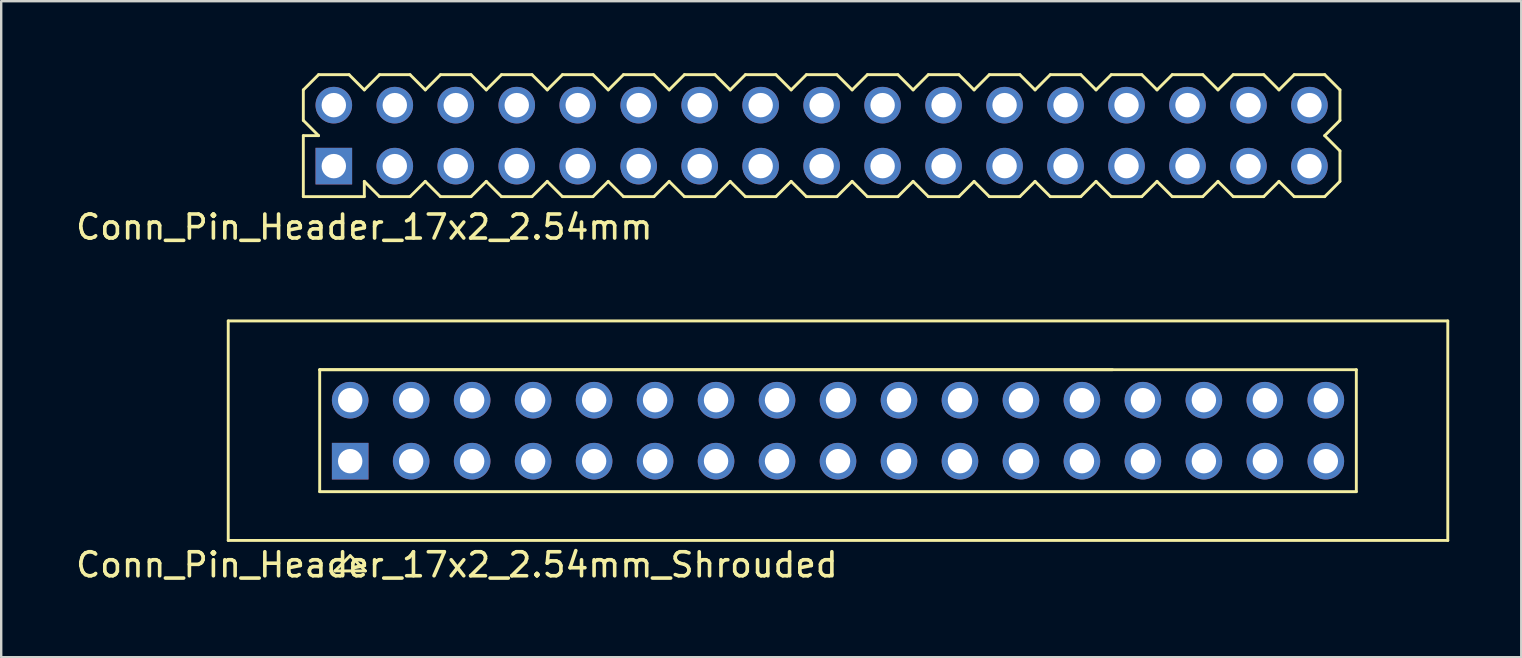
<source format=kicad_pcb>
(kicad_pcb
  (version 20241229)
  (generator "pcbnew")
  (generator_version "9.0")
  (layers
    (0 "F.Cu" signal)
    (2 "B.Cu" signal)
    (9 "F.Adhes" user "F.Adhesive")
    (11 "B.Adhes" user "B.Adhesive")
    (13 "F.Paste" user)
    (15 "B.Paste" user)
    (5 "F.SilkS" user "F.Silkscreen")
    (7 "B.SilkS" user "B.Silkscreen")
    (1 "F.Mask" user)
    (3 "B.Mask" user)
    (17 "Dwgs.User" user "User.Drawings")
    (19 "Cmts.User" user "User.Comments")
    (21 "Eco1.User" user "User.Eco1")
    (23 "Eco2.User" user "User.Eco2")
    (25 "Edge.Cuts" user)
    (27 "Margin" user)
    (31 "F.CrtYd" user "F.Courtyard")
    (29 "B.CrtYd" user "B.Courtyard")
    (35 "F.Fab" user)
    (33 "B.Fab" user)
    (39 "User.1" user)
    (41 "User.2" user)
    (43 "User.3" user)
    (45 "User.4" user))
  (footprint "Conn_Pin_Header_17x2_2.54mm_Shrouded"
    (layer "F.Cu")
    (at 31.857 14.89)
    (property "Reference" "Conn_Pin_Header_17x2_2.54mm_Shrouded" (at -15.875 5.588 0) (layer "F.SilkS") (effects (font (size 1 1) (thickness 0.15))))
    (attr through_hole)
    (fp_line (start -25.4 -4.572) (end 25.4 -4.572) (stroke (width 0.12) (type solid)) (layer "F.SilkS"))
    (fp_line (start -25.4 4.572) (end -25.4 -4.572) (stroke (width 0.12) (type solid)) (layer "F.SilkS"))
    (fp_line (start -25.4 4.572) (end 25.4 4.572) (stroke (width 0.12) (type solid)) (layer "F.SilkS"))
    (fp_line (start -21.59 -2.54) (end 11.43 -2.54) (stroke (width 0.12) (type solid)) (layer "F.SilkS"))
    (fp_line (start -21.59 2.54) (end -21.59 -2.54) (stroke (width 0.12) (type solid)) (layer "F.SilkS"))
    (fp_line (start -20.955 5.842) (end -20.32 5.207) (stroke (width 0.12) (type solid)) (layer "F.SilkS"))
    (fp_line (start -20.32 5.207) (end -19.685 5.842) (stroke (width 0.12) (type solid)) (layer "F.SilkS"))
    (fp_line (start -19.685 5.842) (end -20.955 5.842) (stroke (width 0.12) (type solid)) (layer "F.SilkS"))
    (fp_line (start 21.59 -2.54) (end -21.59 -2.54) (stroke (width 0.12) (type solid)) (layer "F.SilkS"))
    (fp_line (start 21.59 -2.54) (end 21.59 2.54) (stroke (width 0.12) (type solid)) (layer "F.SilkS"))
    (fp_line (start 21.59 2.54) (end -21.59 2.54) (stroke (width 0.12) (type solid)) (layer "F.SilkS"))
    (fp_line (start 25.4 -4.572) (end 25.4 4.572) (stroke (width 0.12) (type solid)) (layer "F.SilkS"))
    (pad "1" thru_hole rect (at -20.32 1.27) (size 1.524 1.524) (drill 1.016) (layers "*.Cu" "*.Mask"))
    (pad "2" thru_hole circle (at -20.32 -1.27) (size 1.524 1.524) (drill 1.016) (layers "*.Cu" "*.Mask"))
    (pad "3" thru_hole circle (at -17.78 1.27) (size 1.524 1.524) (drill 1.016) (layers "*.Cu" "*.Mask"))
    (pad "4" thru_hole circle (at -17.78 -1.27) (size 1.524 1.524) (drill 1.016) (layers "*.Cu" "*.Mask"))
    (pad "5" thru_hole circle (at -15.24 1.27) (size 1.524 1.524) (drill 1.016) (layers "*.Cu" "*.Mask"))
    (pad "6" thru_hole circle (at -15.24 -1.27) (size 1.524 1.524) (drill 1.016) (layers "*.Cu" "*.Mask"))
    (pad "7" thru_hole circle (at -12.7 1.27) (size 1.524 1.524) (drill 1.016) (layers "*.Cu" "*.Mask"))
    (pad "8" thru_hole circle (at -12.7 -1.27) (size 1.524 1.524) (drill 1.016) (layers "*.Cu" "*.Mask"))
    (pad "9" thru_hole circle (at -10.16 1.27) (size 1.524 1.524) (drill 1.016) (layers "*.Cu" "*.Mask"))
    (pad "10" thru_hole circle (at -10.16 -1.27) (size 1.524 1.524) (drill 1.016) (layers "*.Cu" "*.Mask"))
    (pad "11" thru_hole circle (at -7.62 1.27) (size 1.524 1.524) (drill 1.016) (layers "*.Cu" "*.Mask"))
    (pad "12" thru_hole circle (at -7.62 -1.27) (size 1.524 1.524) (drill 1.016) (layers "*.Cu" "*.Mask"))
    (pad "13" thru_hole circle (at -5.08 1.27) (size 1.524 1.524) (drill 1.016) (layers "*.Cu" "*.Mask"))
    (pad "14" thru_hole circle (at -5.08 -1.27) (size 1.524 1.524) (drill 1.016) (layers "*.Cu" "*.Mask"))
    (pad "15" thru_hole circle (at -2.54 1.27) (size 1.524 1.524) (drill 1.016) (layers "*.Cu" "*.Mask"))
    (pad "16" thru_hole circle (at -2.54 -1.27) (size 1.524 1.524) (drill 1.016) (layers "*.Cu" "*.Mask"))
    (pad "17" thru_hole circle (at 0 1.27) (size 1.524 1.524) (drill 1.016) (layers "*.Cu" "*.Mask"))
    (pad "18" thru_hole circle (at 0 -1.27) (size 1.524 1.524) (drill 1.016) (layers "*.Cu" "*.Mask"))
    (pad "19" thru_hole circle (at 2.54 1.27) (size 1.524 1.524) (drill 1.016) (layers "*.Cu" "*.Mask"))
    (pad "20" thru_hole circle (at 2.54 -1.27) (size 1.524 1.524) (drill 1.016) (layers "*.Cu" "*.Mask"))
    (pad "21" thru_hole circle (at 5.08 1.27) (size 1.524 1.524) (drill 1.016) (layers "*.Cu" "*.Mask"))
    (pad "22" thru_hole circle (at 5.08 -1.27) (size 1.524 1.524) (drill 1.016) (layers "*.Cu" "*.Mask"))
    (pad "23" thru_hole circle (at 7.62 1.27) (size 1.524 1.524) (drill 1.016) (layers "*.Cu" "*.Mask"))
    (pad "24" thru_hole circle (at 7.62 -1.27) (size 1.524 1.524) (drill 1.016) (layers "*.Cu" "*.Mask"))
    (pad "25" thru_hole circle (at 10.16 1.27) (size 1.524 1.524) (drill 1.016) (layers "*.Cu" "*.Mask"))
    (pad "26" thru_hole circle (at 10.16 -1.27) (size 1.524 1.524) (drill 1.016) (layers "*.Cu" "*.Mask"))
    (pad "27" thru_hole circle (at 12.7 1.27) (size 1.524 1.524) (drill 1.016) (layers "*.Cu" "*.Mask"))
    (pad "28" thru_hole circle (at 12.7 -1.27) (size 1.524 1.524) (drill 1.016) (layers "*.Cu" "*.Mask"))
    (pad "29" thru_hole circle (at 15.24 1.27 90) (size 1.524 1.524) (drill 1.016) (layers "*.Cu" "*.Mask"))
    (pad "30" thru_hole circle (at 15.24 -1.27) (size 1.524 1.524) (drill 1.016) (layers "*.Cu" "*.Mask"))
    (pad "31" thru_hole circle (at 17.78 1.27) (size 1.524 1.524) (drill 1.016) (layers "*.Cu" "*.Mask"))
    (pad "32" thru_hole circle (at 17.78 -1.27) (size 1.524 1.524) (drill 1.016) (layers "*.Cu" "*.Mask"))
    (pad "33" thru_hole circle (at 20.32 1.27) (size 1.524 1.524) (drill 1.016) (layers "*.Cu" "*.Mask"))
    (pad "34" thru_hole circle (at 20.32 -1.27) (size 1.524 1.524) (drill 1.016) (layers "*.Cu" "*.Mask")))
  (footprint "Conn_Pin_Header_17x2_2.54mm"
    (layer "F.Cu")
    (at 31.175 2.6)
    (property "Reference" "Conn_Pin_Header_17x2_2.54mm" (at -19.05 3.81 0) (layer "F.SilkS") (effects (font (size 1 1) (thickness 0.15))))
    (attr through_hole)
    (fp_line (start -21.59 -1.905) (end -21.59 -0.635) (stroke (width 0.12) (type solid)) (layer "F.SilkS"))
    (fp_line (start -21.59 -1.905) (end -20.955 -2.54) (stroke (width 0.12) (type solid)) (layer "F.SilkS"))
    (fp_line (start -21.59 -0.635) (end -20.955 0) (stroke (width 0.12) (type solid)) (layer "F.SilkS"))
    (fp_line (start -21.59 0) (end -21.59 2.54) (stroke (width 0.12) (type solid)) (layer "F.SilkS"))
    (fp_line (start -21.59 2.54) (end -19.05 2.54) (stroke (width 0.12) (type solid)) (layer "F.SilkS"))
    (fp_line (start -20.955 -2.54) (end -19.685 -2.54) (stroke (width 0.12) (type solid)) (layer "F.SilkS"))
    (fp_line (start -20.955 0) (end -21.59 0) (stroke (width 0.12) (type solid)) (layer "F.SilkS"))
    (fp_line (start -19.685 -2.54) (end -19.05 -1.905) (stroke (width 0.12) (type solid)) (layer "F.SilkS"))
    (fp_line (start -19.05 -1.905) (end -18.415 -2.54) (stroke (width 0.12) (type solid)) (layer "F.SilkS"))
    (fp_line (start -19.05 2.54) (end -19.05 1.905) (stroke (width 0.12) (type solid)) (layer "F.SilkS"))
    (fp_line (start -18.415 -2.54) (end -17.145 -2.54) (stroke (width 0.12) (type solid)) (layer "F.SilkS"))
    (fp_line (start -18.415 2.54) (end -19.05 1.905) (stroke (width 0.12) (type solid)) (layer "F.SilkS"))
    (fp_line (start -17.145 -2.54) (end -16.51 -1.905) (stroke (width 0.12) (type solid)) (layer "F.SilkS"))
    (fp_line (start -17.145 2.54) (end -18.415 2.54) (stroke (width 0.12) (type solid)) (layer "F.SilkS"))
    (fp_line (start -16.51 -1.905) (end -15.875 -2.54) (stroke (width 0.12) (type solid)) (layer "F.SilkS"))
    (fp_line (start -16.51 1.905) (end -17.145 2.54) (stroke (width 0.12) (type solid)) (layer "F.SilkS"))
    (fp_line (start -15.875 -2.54) (end -14.605 -2.54) (stroke (width 0.12) (type solid)) (layer "F.SilkS"))
    (fp_line (start -15.875 2.54) (end -16.51 1.905) (stroke (width 0.12) (type solid)) (layer "F.SilkS"))
    (fp_line (start -14.605 -2.54) (end -13.97 -1.905) (stroke (width 0.12) (type solid)) (layer "F.SilkS"))
    (fp_line (start -14.605 2.54) (end -15.875 2.54) (stroke (width 0.12) (type solid)) (layer "F.SilkS"))
    (fp_line (start -13.97 -1.905) (end -13.335 -2.54) (stroke (width 0.12) (type solid)) (layer "F.SilkS"))
    (fp_line (start -13.97 1.905) (end -14.605 2.54) (stroke (width 0.12) (type solid)) (layer "F.SilkS"))
    (fp_line (start -13.335 -2.54) (end -12.065 -2.54) (stroke (width 0.12) (type solid)) (layer "F.SilkS"))
    (fp_line (start -13.335 2.54) (end -13.97 1.905) (stroke (width 0.12) (type solid)) (layer "F.SilkS"))
    (fp_line (start -12.065 -2.54) (end -11.43 -1.905) (stroke (width 0.12) (type solid)) (layer "F.SilkS"))
    (fp_line (start -12.065 2.54) (end -13.335 2.54) (stroke (width 0.12) (type solid)) (layer "F.SilkS"))
    (fp_line (start -11.43 -1.905) (end -10.795 -2.54) (stroke (width 0.12) (type solid)) (layer "F.SilkS"))
    (fp_line (start -11.43 1.905) (end -12.065 2.54) (stroke (width 0.12) (type solid)) (layer "F.SilkS"))
    (fp_line (start -10.795 -2.54) (end -9.525 -2.54) (stroke (width 0.12) (type solid)) (layer "F.SilkS"))
    (fp_line (start -10.795 2.54) (end -11.43 1.905) (stroke (width 0.12) (type solid)) (layer "F.SilkS"))
    (fp_line (start -9.525 -2.54) (end -8.89 -1.905) (stroke (width 0.12) (type solid)) (layer "F.SilkS"))
    (fp_line (start -9.525 2.54) (end -10.795 2.54) (stroke (width 0.12) (type solid)) (layer "F.SilkS"))
    (fp_line (start -8.89 -1.905) (end -8.255 -2.54) (stroke (width 0.12) (type solid)) (layer "F.SilkS"))
    (fp_line (start -8.89 1.905) (end -9.525 2.54) (stroke (width 0.12) (type solid)) (layer "F.SilkS"))
    (fp_line (start -8.255 -2.54) (end -6.985 -2.54) (stroke (width 0.12) (type solid)) (layer "F.SilkS"))
    (fp_line (start -8.255 2.54) (end -8.89 1.905) (stroke (width 0.12) (type solid)) (layer "F.SilkS"))
    (fp_line (start -6.985 -2.54) (end -6.35 -1.905) (stroke (width 0.12) (type solid)) (layer "F.SilkS"))
    (fp_line (start -6.985 2.54) (end -8.255 2.54) (stroke (width 0.12) (type solid)) (layer "F.SilkS"))
    (fp_line (start -6.35 -1.905) (end -5.715 -2.54) (stroke (width 0.12) (type solid)) (layer "F.SilkS"))
    (fp_line (start -6.35 1.905) (end -6.985 2.54) (stroke (width 0.12) (type solid)) (layer "F.SilkS"))
    (fp_line (start -5.715 -2.54) (end -4.445 -2.54) (stroke (width 0.12) (type solid)) (layer "F.SilkS"))
    (fp_line (start -5.715 2.54) (end -6.35 1.905) (stroke (width 0.12) (type solid)) (layer "F.SilkS"))
    (fp_line (start -4.445 -2.54) (end -3.81 -1.905) (stroke (width 0.12) (type solid)) (layer "F.SilkS"))
    (fp_line (start -4.445 2.54) (end -5.715 2.54) (stroke (width 0.12) (type solid)) (layer "F.SilkS"))
    (fp_line (start -3.81 -1.905) (end -3.175 -2.54) (stroke (width 0.12) (type solid)) (layer "F.SilkS"))
    (fp_line (start -3.81 1.905) (end -4.445 2.54) (stroke (width 0.12) (type solid)) (layer "F.SilkS"))
    (fp_line (start -3.175 -2.54) (end -1.905 -2.54) (stroke (width 0.12) (type solid)) (layer "F.SilkS"))
    (fp_line (start -3.175 2.54) (end -3.81 1.905) (stroke (width 0.12) (type solid)) (layer "F.SilkS"))
    (fp_line (start -1.905 -2.54) (end -1.27 -1.905) (stroke (width 0.12) (type solid)) (layer "F.SilkS"))
    (fp_line (start -1.905 2.54) (end -3.175 2.54) (stroke (width 0.12) (type solid)) (layer "F.SilkS"))
    (fp_line (start -1.27 -1.905) (end -0.635 -2.54) (stroke (width 0.12) (type solid)) (layer "F.SilkS"))
    (fp_line (start -1.27 1.905) (end -1.905 2.54) (stroke (width 0.12) (type solid)) (layer "F.SilkS"))
    (fp_line (start -0.635 -2.54) (end 0.635 -2.54) (stroke (width 0.12) (type solid)) (layer "F.SilkS"))
    (fp_line (start -0.635 2.54) (end -1.27 1.905) (stroke (width 0.12) (type solid)) (layer "F.SilkS"))
    (fp_line (start 0.635 -2.54) (end 1.27 -1.905) (stroke (width 0.12) (type solid)) (layer "F.SilkS"))
    (fp_line (start 0.635 2.54) (end -0.635 2.54) (stroke (width 0.12) (type solid)) (layer "F.SilkS"))
    (fp_line (start 1.27 -1.905) (end 1.905 -2.54) (stroke (width 0.12) (type solid)) (layer "F.SilkS"))
    (fp_line (start 1.27 1.905) (end 0.635 2.54) (stroke (width 0.12) (type solid)) (layer "F.SilkS"))
    (fp_line (start 1.905 -2.54) (end 3.175 -2.54) (stroke (width 0.12) (type solid)) (layer "F.SilkS"))
    (fp_line (start 1.905 2.54) (end 1.27 1.905) (stroke (width 0.12) (type solid)) (layer "F.SilkS"))
    (fp_line (start 3.175 -2.54) (end 3.81 -1.905) (stroke (width 0.12) (type solid)) (layer "F.SilkS"))
    (fp_line (start 3.175 2.54) (end 1.905 2.54) (stroke (width 0.12) (type solid)) (layer "F.SilkS"))
    (fp_line (start 3.81 -1.905) (end 4.445 -2.54) (stroke (width 0.12) (type solid)) (layer "F.SilkS"))
    (fp_line (start 3.81 1.905) (end 3.175 2.54) (stroke (width 0.12) (type solid)) (layer "F.SilkS"))
    (fp_line (start 4.445 -2.54) (end 5.715 -2.54) (stroke (width 0.12) (type solid)) (layer "F.SilkS"))
    (fp_line (start 4.445 2.54) (end 3.81 1.905) (stroke (width 0.12) (type solid)) (layer "F.SilkS"))
    (fp_line (start 5.715 -2.54) (end 6.35 -1.905) (stroke (width 0.12) (type solid)) (layer "F.SilkS"))
    (fp_line (start 5.715 2.54) (end 4.445 2.54) (stroke (width 0.12) (type solid)) (layer "F.SilkS"))
    (fp_line (start 6.35 -1.905) (end 6.985 -2.54) (stroke (width 0.12) (type solid)) (layer "F.SilkS"))
    (fp_line (start 6.35 1.905) (end 5.715 2.54) (stroke (width 0.12) (type solid)) (layer "F.SilkS"))
    (fp_line (start 6.985 -2.54) (end 8.255 -2.54) (stroke (width 0.12) (type solid)) (layer "F.SilkS"))
    (fp_line (start 6.985 2.54) (end 6.35 1.905) (stroke (width 0.12) (type solid)) (layer "F.SilkS"))
    (fp_line (start 8.255 -2.54) (end 8.89 -1.905) (stroke (width 0.12) (type solid)) (layer "F.SilkS"))
    (fp_line (start 8.255 2.54) (end 6.985 2.54) (stroke (width 0.12) (type solid)) (layer "F.SilkS"))
    (fp_line (start 8.89 -1.905) (end 9.525 -2.54) (stroke (width 0.12) (type solid)) (layer "F.SilkS"))
    (fp_line (start 8.89 1.905) (end 8.255 2.54) (stroke (width 0.12) (type solid)) (layer "F.SilkS"))
    (fp_line (start 9.525 -2.54) (end 10.795 -2.54) (stroke (width 0.12) (type solid)) (layer "F.SilkS"))
    (fp_line (start 9.525 2.54) (end 8.89 1.905) (stroke (width 0.12) (type solid)) (layer "F.SilkS"))
    (fp_line (start 10.795 -2.54) (end 11.43 -1.905) (stroke (width 0.12) (type solid)) (layer "F.SilkS"))
    (fp_line (start 10.795 2.54) (end 9.525 2.54) (stroke (width 0.12) (type solid)) (layer "F.SilkS"))
    (fp_line (start 11.43 -1.905) (end 12.065 -2.54) (stroke (width 0.12) (type solid)) (layer "F.SilkS"))
    (fp_line (start 11.43 1.905) (end 10.795 2.54) (stroke (width 0.12) (type solid)) (layer "F.SilkS"))
    (fp_line (start 12.065 -2.54) (end 13.335 -2.54) (stroke (width 0.12) (type solid)) (layer "F.SilkS"))
    (fp_line (start 12.065 2.54) (end 11.43 1.905) (stroke (width 0.12) (type solid)) (layer "F.SilkS"))
    (fp_line (start 13.335 -2.54) (end 13.97 -1.905) (stroke (width 0.12) (type solid)) (layer "F.SilkS"))
    (fp_line (start 13.335 2.54) (end 12.065 2.54) (stroke (width 0.12) (type solid)) (layer "F.SilkS"))
    (fp_line (start 13.97 -1.905) (end 14.605 -2.54) (stroke (width 0.12) (type solid)) (layer "F.SilkS"))
    (fp_line (start 13.97 1.905) (end 13.335 2.54) (stroke (width 0.12) (type solid)) (layer "F.SilkS"))
    (fp_line (start 14.605 -2.54) (end 15.875 -2.54) (stroke (width 0.12) (type solid)) (layer "F.SilkS"))
    (fp_line (start 14.605 2.54) (end 13.97 1.905) (stroke (width 0.12) (type solid)) (layer "F.SilkS"))
    (fp_line (start 15.875 -2.54) (end 16.51 -1.905) (stroke (width 0.12) (type solid)) (layer "F.SilkS"))
    (fp_line (start 15.875 2.54) (end 14.605 2.54) (stroke (width 0.12) (type solid)) (layer "F.SilkS"))
    (fp_line (start 16.51 -1.905) (end 17.145 -2.54) (stroke (width 0.12) (type solid)) (layer "F.SilkS"))
    (fp_line (start 16.51 1.905) (end 15.875 2.54) (stroke (width 0.12) (type solid)) (layer "F.SilkS"))
    (fp_line (start 17.145 -2.54) (end 18.415 -2.54) (stroke (width 0.12) (type solid)) (layer "F.SilkS"))
    (fp_line (start 17.145 2.54) (end 16.51 1.905) (stroke (width 0.12) (type solid)) (layer "F.SilkS"))
    (fp_line (start 18.415 -2.54) (end 19.05 -1.905) (stroke (width 0.12) (type solid)) (layer "F.SilkS"))
    (fp_line (start 18.415 2.54) (end 17.145 2.54) (stroke (width 0.12) (type solid)) (layer "F.SilkS"))
    (fp_line (start 19.05 -1.905) (end 19.685 -2.54) (stroke (width 0.12) (type solid)) (layer "F.SilkS"))
    (fp_line (start 19.05 1.905) (end 18.415 2.54) (stroke (width 0.12) (type solid)) (layer "F.SilkS"))
    (fp_line (start 19.685 -2.54) (end 20.955 -2.54) (stroke (width 0.12) (type solid)) (layer "F.SilkS"))
    (fp_line (start 19.685 2.54) (end 19.05 1.905) (stroke (width 0.12) (type solid)) (layer "F.SilkS"))
    (fp_line (start 20.955 -2.54) (end 21.59 -1.905) (stroke (width 0.12) (type solid)) (layer "F.SilkS"))
    (fp_line (start 20.955 0) (end 21.59 0.635) (stroke (width 0.12) (type solid)) (layer "F.SilkS"))
    (fp_line (start 20.955 2.54) (end 19.685 2.54) (stroke (width 0.12) (type solid)) (layer "F.SilkS"))
    (fp_line (start 21.59 -1.905) (end 21.59 -0.635) (stroke (width 0.12) (type solid)) (layer "F.SilkS"))
    (fp_line (start 21.59 -0.635) (end 20.955 0) (stroke (width 0.12) (type solid)) (layer "F.SilkS"))
    (fp_line (start 21.59 0.635) (end 21.59 1.905) (stroke (width 0.12) (type solid)) (layer "F.SilkS"))
    (fp_line (start 21.59 1.905) (end 20.955 2.54) (stroke (width 0.12) (type solid)) (layer "F.SilkS"))
    (pad "1" thru_hole rect (at -20.32 1.27) (size 1.524 1.524) (drill 1.016) (layers "*.Cu" "*.Mask"))
    (pad "2" thru_hole circle (at -20.32 -1.27) (size 1.524 1.524) (drill 1.016) (layers "*.Cu" "*.Mask"))
    (pad "3" thru_hole circle (at -17.78 1.27) (size 1.524 1.524) (drill 1.016) (layers "*.Cu" "*.Mask"))
    (pad "4" thru_hole circle (at -17.78 -1.27) (size 1.524 1.524) (drill 1.016) (layers "*.Cu" "*.Mask"))
    (pad "5" thru_hole circle (at -15.24 1.27) (size 1.524 1.524) (drill 1.016) (layers "*.Cu" "*.Mask"))
    (pad "6" thru_hole circle (at -15.24 -1.27) (size 1.524 1.524) (drill 1.016) (layers "*.Cu" "*.Mask"))
    (pad "7" thru_hole circle (at -12.7 1.27) (size 1.524 1.524) (drill 1.016) (layers "*.Cu" "*.Mask"))
    (pad "8" thru_hole circle (at -12.7 -1.27) (size 1.524 1.524) (drill 1.016) (layers "*.Cu" "*.Mask"))
    (pad "9" thru_hole circle (at -10.16 1.27) (size 1.524 1.524) (drill 1.016) (layers "*.Cu" "*.Mask"))
    (pad "10" thru_hole circle (at -10.16 -1.27) (size 1.524 1.524) (drill 1.016) (layers "*.Cu" "*.Mask"))
    (pad "11" thru_hole circle (at -7.62 1.27) (size 1.524 1.524) (drill 1.016) (layers "*.Cu" "*.Mask"))
    (pad "12" thru_hole circle (at -7.62 -1.27) (size 1.524 1.524) (drill 1.016) (layers "*.Cu" "*.Mask"))
    (pad "13" thru_hole circle (at -5.08 1.27) (size 1.524 1.524) (drill 1.016) (layers "*.Cu" "*.Mask"))
    (pad "14" thru_hole circle (at -5.08 -1.27) (size 1.524 1.524) (drill 1.016) (layers "*.Cu" "*.Mask"))
    (pad "15" thru_hole circle (at -2.54 1.27) (size 1.524 1.524) (drill 1.016) (layers "*.Cu" "*.Mask"))
    (pad "16" thru_hole circle (at -2.54 -1.27) (size 1.524 1.524) (drill 1.016) (layers "*.Cu" "*.Mask"))
    (pad "17" thru_hole circle (at 0 1.27) (size 1.524 1.524) (drill 1.016) (layers "*.Cu" "*.Mask"))
    (pad "18" thru_hole circle (at 0 -1.27) (size 1.524 1.524) (drill 1.016) (layers "*.Cu" "*.Mask"))
    (pad "19" thru_hole circle (at 2.54 1.27) (size 1.524 1.524) (drill 1.016) (layers "*.Cu" "*.Mask"))
    (pad "20" thru_hole circle (at 2.54 -1.27) (size 1.524 1.524) (drill 1.016) (layers "*.Cu" "*.Mask"))
    (pad "21" thru_hole circle (at 5.08 1.27) (size 1.524 1.524) (drill 1.016) (layers "*.Cu" "*.Mask"))
    (pad "22" thru_hole circle (at 5.08 -1.27) (size 1.524 1.524) (drill 1.016) (layers "*.Cu" "*.Mask"))
    (pad "23" thru_hole circle (at 7.62 1.27) (size 1.524 1.524) (drill 1.016) (layers "*.Cu" "*.Mask"))
    (pad "24" thru_hole circle (at 7.62 -1.27) (size 1.524 1.524) (drill 1.016) (layers "*.Cu" "*.Mask"))
    (pad "25" thru_hole circle (at 10.16 1.27) (size 1.524 1.524) (drill 1.016) (layers "*.Cu" "*.Mask"))
    (pad "26" thru_hole circle (at 10.16 -1.27) (size 1.524 1.524) (drill 1.016) (layers "*.Cu" "*.Mask"))
    (pad "27" thru_hole circle (at 12.7 1.27) (size 1.524 1.524) (drill 1.016) (layers "*.Cu" "*.Mask"))
    (pad "28" thru_hole circle (at 12.7 -1.27) (size 1.524 1.524) (drill 1.016) (layers "*.Cu" "*.Mask"))
    (pad "29" thru_hole circle (at 15.24 1.27) (size 1.524 1.524) (drill 1.016) (layers "*.Cu" "*.Mask"))
    (pad "30" thru_hole circle (at 15.24 -1.27) (size 1.524 1.524) (drill 1.016) (layers "*.Cu" "*.Mask"))
    (pad "31" thru_hole circle (at 17.78 1.27) (size 1.524 1.524) (drill 1.016) (layers "*.Cu" "*.Mask"))
    (pad "32" thru_hole circle (at 17.78 -1.27) (size 1.524 1.524) (drill 1.016) (layers "*.Cu" "*.Mask"))
    (pad "33" thru_hole circle (at 20.32 1.27) (size 1.524 1.524) (drill 1.016) (layers "*.Cu" "*.Mask"))
    (pad "34" thru_hole circle (at 20.32 -1.27) (size 1.524 1.524) (drill 1.016) (layers "*.Cu" "*.Mask")))
  (gr_rect
    (start -3 -3)
    (end 60.317 24.326)
    (stroke (width 0.1) (type default))
    (fill no)
    (layer "Edge.Cuts")))
</source>
